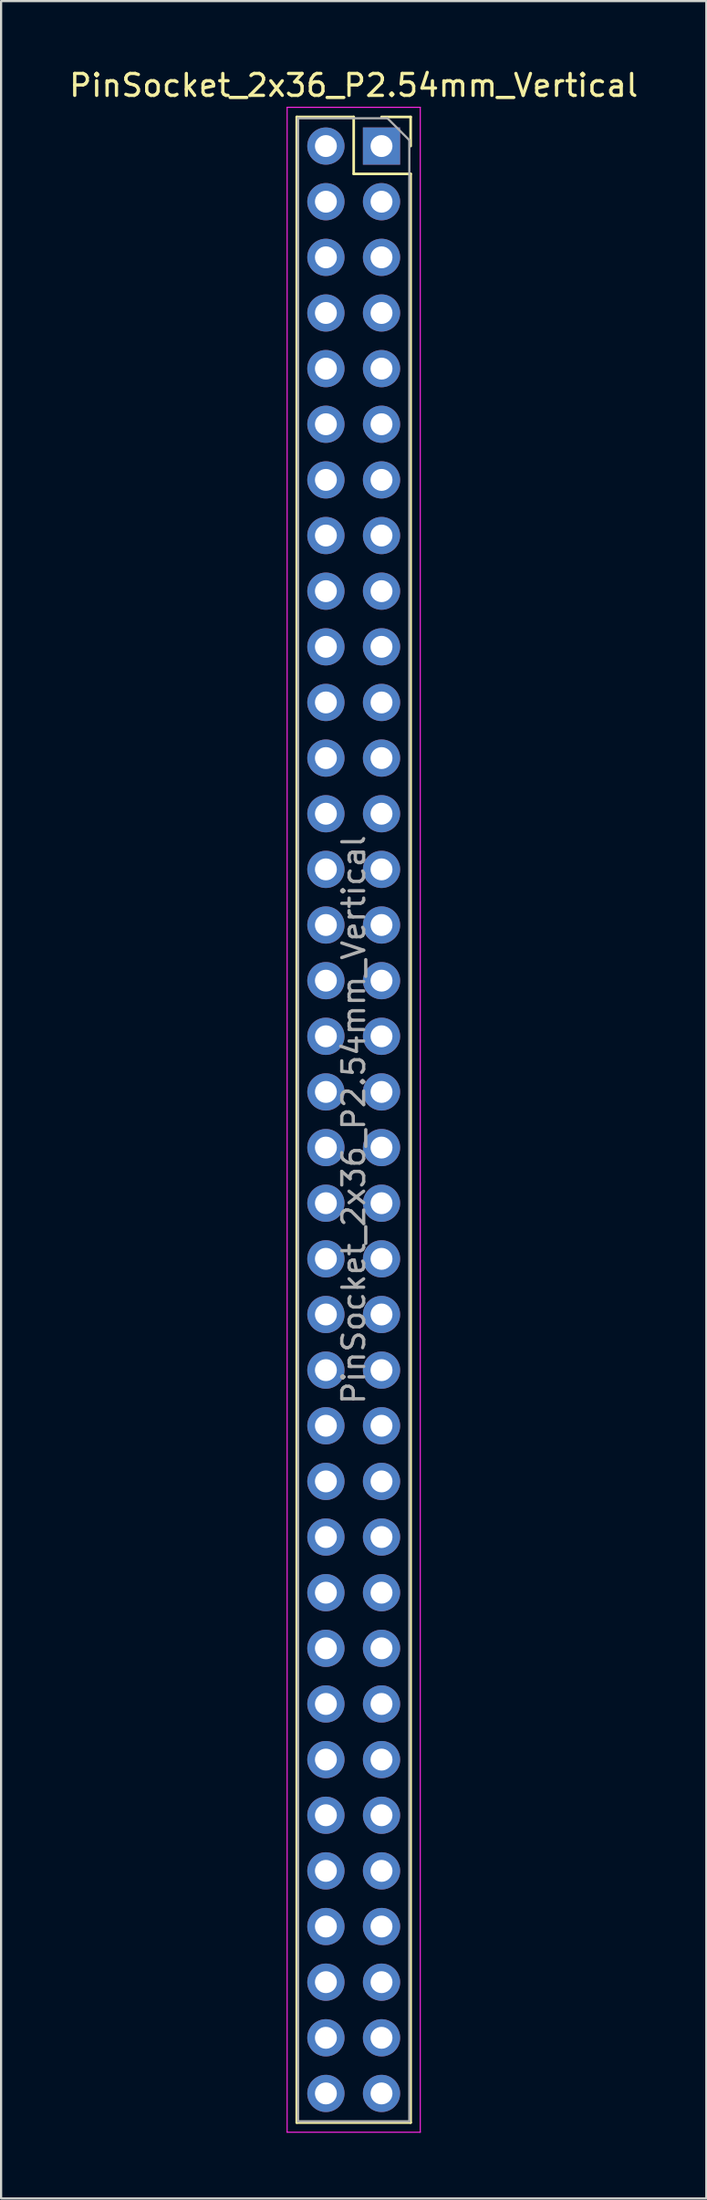
<source format=kicad_pcb>
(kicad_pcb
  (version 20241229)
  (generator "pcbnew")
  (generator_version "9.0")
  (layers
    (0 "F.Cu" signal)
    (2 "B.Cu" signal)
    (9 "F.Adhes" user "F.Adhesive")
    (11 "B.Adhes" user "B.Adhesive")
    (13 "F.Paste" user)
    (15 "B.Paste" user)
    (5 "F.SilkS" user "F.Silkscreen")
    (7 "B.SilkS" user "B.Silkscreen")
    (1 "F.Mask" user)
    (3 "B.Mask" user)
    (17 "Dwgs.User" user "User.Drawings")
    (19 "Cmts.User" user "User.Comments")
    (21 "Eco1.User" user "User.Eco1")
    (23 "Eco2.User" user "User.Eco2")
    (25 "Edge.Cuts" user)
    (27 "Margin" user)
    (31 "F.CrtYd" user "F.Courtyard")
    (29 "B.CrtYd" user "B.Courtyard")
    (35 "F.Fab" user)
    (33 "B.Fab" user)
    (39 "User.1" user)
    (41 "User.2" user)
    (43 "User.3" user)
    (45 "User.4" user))
  (footprint "PinSocket_2x36_P2.54mm_Vertical"
    (layer "F.Cu")
    (at 14.371 3.618)
    (property "Reference" "PinSocket_2x36_P2.54mm_Vertical" (at -1.27 -2.77 0) (layer "F.SilkS") (effects (font (size 1 1) (thickness 0.15))))
    (attr through_hole)
    (fp_line (start -3.87 -1.33) (end -3.87 90.23) (stroke (width 0.12) (type solid)) (layer "F.SilkS"))
    (fp_line (start -3.87 -1.33) (end -1.27 -1.33) (stroke (width 0.12) (type solid)) (layer "F.SilkS"))
    (fp_line (start -3.87 90.23) (end 1.33 90.23) (stroke (width 0.12) (type solid)) (layer "F.SilkS"))
    (fp_line (start -1.27 -1.33) (end -1.27 1.27) (stroke (width 0.12) (type solid)) (layer "F.SilkS"))
    (fp_line (start -1.27 1.27) (end 1.33 1.27) (stroke (width 0.12) (type solid)) (layer "F.SilkS"))
    (fp_line (start 0 -1.33) (end 1.33 -1.33) (stroke (width 0.12) (type solid)) (layer "F.SilkS"))
    (fp_line (start 1.33 -1.33) (end 1.33 0) (stroke (width 0.12) (type solid)) (layer "F.SilkS"))
    (fp_line (start 1.33 1.27) (end 1.33 90.23) (stroke (width 0.12) (type solid)) (layer "F.SilkS"))
    (fp_line (start -4.31 -1.77) (end 1.77 -1.77) (stroke (width 0.05) (type solid)) (layer "F.CrtYd"))
    (fp_line (start -4.31 90.67) (end -4.31 -1.77) (stroke (width 0.05) (type solid)) (layer "F.CrtYd"))
    (fp_line (start 1.77 -1.77) (end 1.77 90.67) (stroke (width 0.05) (type solid)) (layer "F.CrtYd"))
    (fp_line (start 1.77 90.67) (end -4.31 90.67) (stroke (width 0.05) (type solid)) (layer "F.CrtYd"))
    (fp_line (start -3.81 -1.27) (end 0.27 -1.27) (stroke (width 0.1) (type solid)) (layer "F.Fab"))
    (fp_line (start -3.81 90.17) (end -3.81 -1.27) (stroke (width 0.1) (type solid)) (layer "F.Fab"))
    (fp_line (start 0.27 -1.27) (end 1.27 -0.27) (stroke (width 0.1) (type solid)) (layer "F.Fab"))
    (fp_line (start 1.27 -0.27) (end 1.27 90.17) (stroke (width 0.1) (type solid)) (layer "F.Fab"))
    (fp_line (start 1.27 90.17) (end -3.81 90.17) (stroke (width 0.1) (type solid)) (layer "F.Fab"))
    (fp_text user "${REFERENCE}" (at -1.27 44.45 90) (layer "F.Fab") (effects (font (size 1 1) (thickness 0.15))))
    (pad "1" thru_hole rect (at 0 0) (size 1.7 1.7) (drill 1) (layers "*.Cu" "*.Mask"))
    (pad "2" thru_hole circle (at -2.54 0) (size 1.7 1.7) (drill 1) (layers "*.Cu" "*.Mask"))
    (pad "3" thru_hole circle (at 0 2.54) (size 1.7 1.7) (drill 1) (layers "*.Cu" "*.Mask"))
    (pad "4" thru_hole circle (at -2.54 2.54) (size 1.7 1.7) (drill 1) (layers "*.Cu" "*.Mask"))
    (pad "5" thru_hole circle (at 0 5.08) (size 1.7 1.7) (drill 1) (layers "*.Cu" "*.Mask"))
    (pad "6" thru_hole circle (at -2.54 5.08) (size 1.7 1.7) (drill 1) (layers "*.Cu" "*.Mask"))
    (pad "7" thru_hole circle (at 0 7.62) (size 1.7 1.7) (drill 1) (layers "*.Cu" "*.Mask"))
    (pad "8" thru_hole circle (at -2.54 7.62) (size 1.7 1.7) (drill 1) (layers "*.Cu" "*.Mask"))
    (pad "9" thru_hole circle (at 0 10.16) (size 1.7 1.7) (drill 1) (layers "*.Cu" "*.Mask"))
    (pad "10" thru_hole circle (at -2.54 10.16) (size 1.7 1.7) (drill 1) (layers "*.Cu" "*.Mask"))
    (pad "11" thru_hole circle (at 0 12.7) (size 1.7 1.7) (drill 1) (layers "*.Cu" "*.Mask"))
    (pad "12" thru_hole circle (at -2.54 12.7) (size 1.7 1.7) (drill 1) (layers "*.Cu" "*.Mask"))
    (pad "13" thru_hole circle (at 0 15.24) (size 1.7 1.7) (drill 1) (layers "*.Cu" "*.Mask"))
    (pad "14" thru_hole circle (at -2.54 15.24) (size 1.7 1.7) (drill 1) (layers "*.Cu" "*.Mask"))
    (pad "15" thru_hole circle (at 0 17.78) (size 1.7 1.7) (drill 1) (layers "*.Cu" "*.Mask"))
    (pad "16" thru_hole circle (at -2.54 17.78) (size 1.7 1.7) (drill 1) (layers "*.Cu" "*.Mask"))
    (pad "17" thru_hole circle (at 0 20.32) (size 1.7 1.7) (drill 1) (layers "*.Cu" "*.Mask"))
    (pad "18" thru_hole circle (at -2.54 20.32) (size 1.7 1.7) (drill 1) (layers "*.Cu" "*.Mask"))
    (pad "19" thru_hole circle (at 0 22.86) (size 1.7 1.7) (drill 1) (layers "*.Cu" "*.Mask"))
    (pad "20" thru_hole circle (at -2.54 22.86) (size 1.7 1.7) (drill 1) (layers "*.Cu" "*.Mask"))
    (pad "21" thru_hole circle (at 0 25.4) (size 1.7 1.7) (drill 1) (layers "*.Cu" "*.Mask"))
    (pad "22" thru_hole circle (at -2.54 25.4) (size 1.7 1.7) (drill 1) (layers "*.Cu" "*.Mask"))
    (pad "23" thru_hole circle (at 0 27.94) (size 1.7 1.7) (drill 1) (layers "*.Cu" "*.Mask"))
    (pad "24" thru_hole circle (at -2.54 27.94) (size 1.7 1.7) (drill 1) (layers "*.Cu" "*.Mask"))
    (pad "25" thru_hole circle (at 0 30.48) (size 1.7 1.7) (drill 1) (layers "*.Cu" "*.Mask"))
    (pad "26" thru_hole circle (at -2.54 30.48) (size 1.7 1.7) (drill 1) (layers "*.Cu" "*.Mask"))
    (pad "27" thru_hole circle (at 0 33.02) (size 1.7 1.7) (drill 1) (layers "*.Cu" "*.Mask"))
    (pad "28" thru_hole circle (at -2.54 33.02) (size 1.7 1.7) (drill 1) (layers "*.Cu" "*.Mask"))
    (pad "29" thru_hole circle (at 0 35.56) (size 1.7 1.7) (drill 1) (layers "*.Cu" "*.Mask"))
    (pad "30" thru_hole circle (at -2.54 35.56) (size 1.7 1.7) (drill 1) (layers "*.Cu" "*.Mask"))
    (pad "31" thru_hole circle (at 0 38.1) (size 1.7 1.7) (drill 1) (layers "*.Cu" "*.Mask"))
    (pad "32" thru_hole circle (at -2.54 38.1) (size 1.7 1.7) (drill 1) (layers "*.Cu" "*.Mask"))
    (pad "33" thru_hole circle (at 0 40.64) (size 1.7 1.7) (drill 1) (layers "*.Cu" "*.Mask"))
    (pad "34" thru_hole circle (at -2.54 40.64) (size 1.7 1.7) (drill 1) (layers "*.Cu" "*.Mask"))
    (pad "35" thru_hole circle (at 0 43.18) (size 1.7 1.7) (drill 1) (layers "*.Cu" "*.Mask"))
    (pad "36" thru_hole circle (at -2.54 43.18) (size 1.7 1.7) (drill 1) (layers "*.Cu" "*.Mask"))
    (pad "37" thru_hole circle (at 0 45.72) (size 1.7 1.7) (drill 1) (layers "*.Cu" "*.Mask"))
    (pad "38" thru_hole circle (at -2.54 45.72) (size 1.7 1.7) (drill 1) (layers "*.Cu" "*.Mask"))
    (pad "39" thru_hole circle (at 0 48.26) (size 1.7 1.7) (drill 1) (layers "*.Cu" "*.Mask"))
    (pad "40" thru_hole circle (at -2.54 48.26) (size 1.7 1.7) (drill 1) (layers "*.Cu" "*.Mask"))
    (pad "41" thru_hole circle (at 0 50.8) (size 1.7 1.7) (drill 1) (layers "*.Cu" "*.Mask"))
    (pad "42" thru_hole circle (at -2.54 50.8) (size 1.7 1.7) (drill 1) (layers "*.Cu" "*.Mask"))
    (pad "43" thru_hole circle (at 0 53.34) (size 1.7 1.7) (drill 1) (layers "*.Cu" "*.Mask"))
    (pad "44" thru_hole circle (at -2.54 53.34) (size 1.7 1.7) (drill 1) (layers "*.Cu" "*.Mask"))
    (pad "45" thru_hole circle (at 0 55.88) (size 1.7 1.7) (drill 1) (layers "*.Cu" "*.Mask"))
    (pad "46" thru_hole circle (at -2.54 55.88) (size 1.7 1.7) (drill 1) (layers "*.Cu" "*.Mask"))
    (pad "47" thru_hole circle (at 0 58.42) (size 1.7 1.7) (drill 1) (layers "*.Cu" "*.Mask"))
    (pad "48" thru_hole circle (at -2.54 58.42) (size 1.7 1.7) (drill 1) (layers "*.Cu" "*.Mask"))
    (pad "49" thru_hole circle (at 0 60.96) (size 1.7 1.7) (drill 1) (layers "*.Cu" "*.Mask"))
    (pad "50" thru_hole circle (at -2.54 60.96) (size 1.7 1.7) (drill 1) (layers "*.Cu" "*.Mask"))
    (pad "51" thru_hole circle (at 0 63.5) (size 1.7 1.7) (drill 1) (layers "*.Cu" "*.Mask"))
    (pad "52" thru_hole circle (at -2.54 63.5) (size 1.7 1.7) (drill 1) (layers "*.Cu" "*.Mask"))
    (pad "53" thru_hole circle (at 0 66.04) (size 1.7 1.7) (drill 1) (layers "*.Cu" "*.Mask"))
    (pad "54" thru_hole circle (at -2.54 66.04) (size 1.7 1.7) (drill 1) (layers "*.Cu" "*.Mask"))
    (pad "55" thru_hole circle (at 0 68.58) (size 1.7 1.7) (drill 1) (layers "*.Cu" "*.Mask"))
    (pad "56" thru_hole circle (at -2.54 68.58) (size 1.7 1.7) (drill 1) (layers "*.Cu" "*.Mask"))
    (pad "57" thru_hole circle (at 0 71.12) (size 1.7 1.7) (drill 1) (layers "*.Cu" "*.Mask"))
    (pad "58" thru_hole circle (at -2.54 71.12) (size 1.7 1.7) (drill 1) (layers "*.Cu" "*.Mask"))
    (pad "59" thru_hole circle (at 0 73.66) (size 1.7 1.7) (drill 1) (layers "*.Cu" "*.Mask"))
    (pad "60" thru_hole circle (at -2.54 73.66) (size 1.7 1.7) (drill 1) (layers "*.Cu" "*.Mask"))
    (pad "61" thru_hole circle (at 0 76.2) (size 1.7 1.7) (drill 1) (layers "*.Cu" "*.Mask"))
    (pad "62" thru_hole circle (at -2.54 76.2) (size 1.7 1.7) (drill 1) (layers "*.Cu" "*.Mask"))
    (pad "63" thru_hole circle (at 0 78.74) (size 1.7 1.7) (drill 1) (layers "*.Cu" "*.Mask"))
    (pad "64" thru_hole circle (at -2.54 78.74) (size 1.7 1.7) (drill 1) (layers "*.Cu" "*.Mask"))
    (pad "65" thru_hole circle (at 0 81.28) (size 1.7 1.7) (drill 1) (layers "*.Cu" "*.Mask"))
    (pad "66" thru_hole circle (at -2.54 81.28) (size 1.7 1.7) (drill 1) (layers "*.Cu" "*.Mask"))
    (pad "67" thru_hole circle (at 0 83.82) (size 1.7 1.7) (drill 1) (layers "*.Cu" "*.Mask"))
    (pad "68" thru_hole circle (at -2.54 83.82) (size 1.7 1.7) (drill 1) (layers "*.Cu" "*.Mask"))
    (pad "69" thru_hole circle (at 0 86.36) (size 1.7 1.7) (drill 1) (layers "*.Cu" "*.Mask"))
    (pad "70" thru_hole circle (at -2.54 86.36) (size 1.7 1.7) (drill 1) (layers "*.Cu" "*.Mask"))
    (pad "71" thru_hole circle (at 0 88.9) (size 1.7 1.7) (drill 1) (layers "*.Cu" "*.Mask"))
    (pad "72" thru_hole circle (at -2.54 88.9) (size 1.7 1.7) (drill 1) (layers "*.Cu" "*.Mask")))
  (gr_rect
    (start -3 -3)
    (end 29.202 97.313)
    (stroke (width 0.1) (type default))
    (fill no)
    (layer "Edge.Cuts")))
</source>
